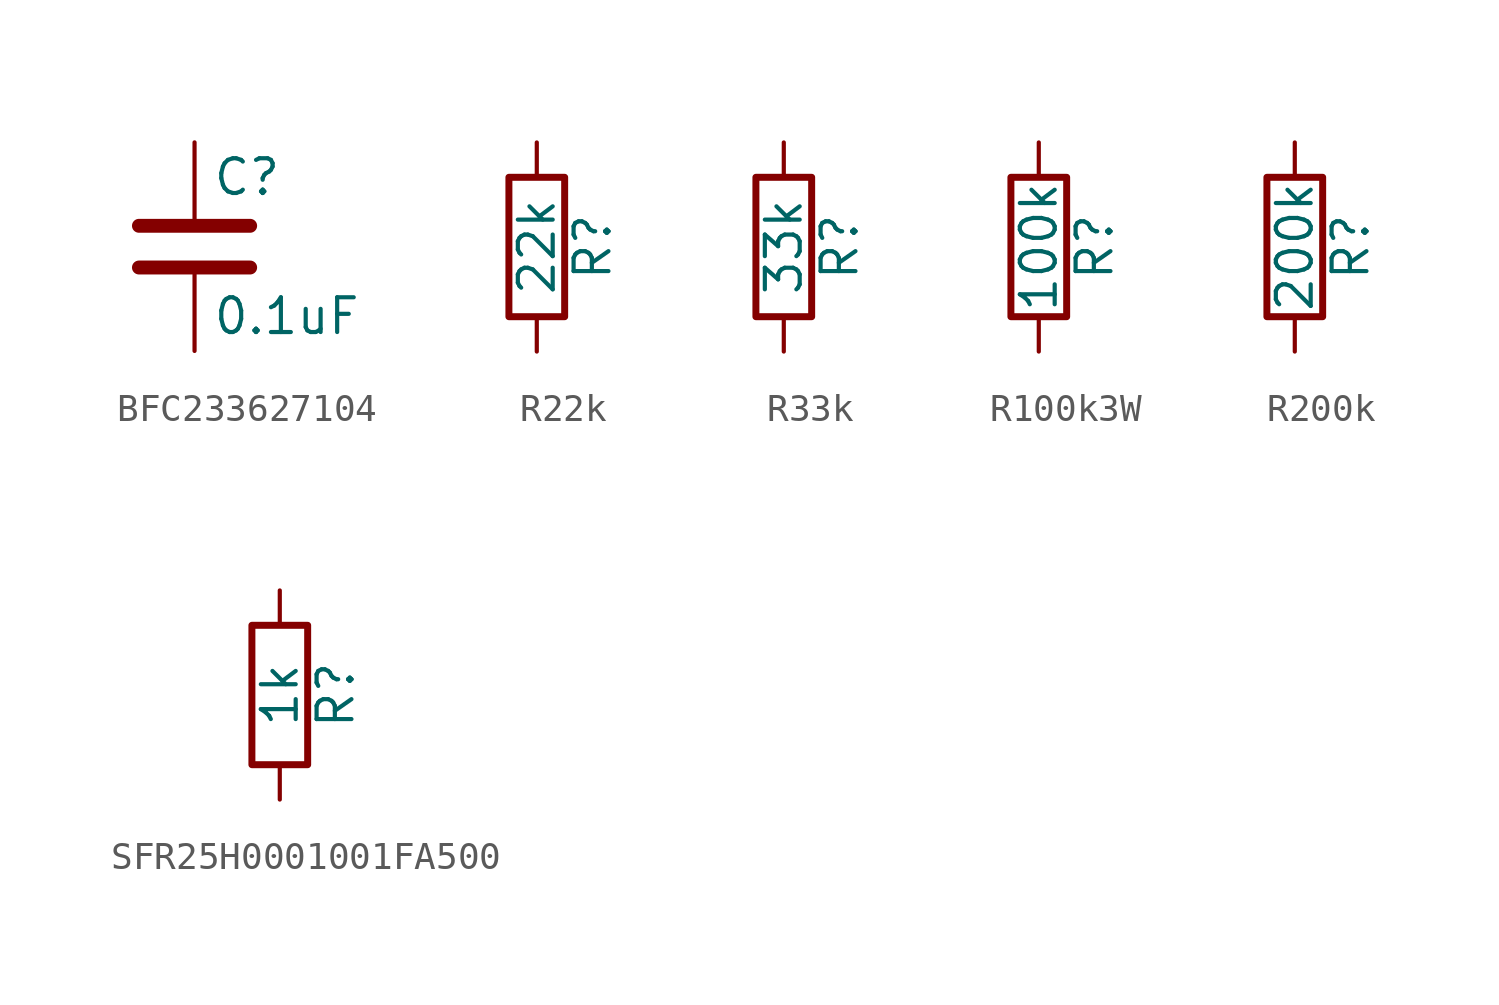
<source format=kicad_sym>
(kicad_symbol_lib
  (version 20241209)
  (generator "kicad_symbol_editor")
  (generator_version "9.0")
  (symbol "BFC233627104"
    (pin_numbers
      (hide yes))
    (pin_names
      (offset 0.254))
    (property "Reference" "C"
      (at 0.635 2.54 0)
      (effects (font (size 1.27 1.27)) (justify left)))
    (property "Value" "0.1uF"
      (at 0.635 -2.54 0)
      (effects (font (size 1.27 1.27)) (justify left)))
    (symbol "BFC233627104_0_1"
      (polyline (pts (xy -2.032 0.762) (xy 2.032 0.762)) (stroke (width 0.508) (type default)) (fill (type none)))
      (polyline (pts (xy -2.032 -0.762) (xy 2.032 -0.762)) (stroke (width 0.508) (type default)) (fill (type none))))
    (symbol "BFC233627104_1_1"
      (pin passive line (at 0 3.81 270) (length 2.794) (name "~" (effects (font (size 1.27 1.27)))) (number "1" (effects (font (size 1.27 1.27)))))
      (pin passive line (at 0 -3.81 90) (length 2.794) (name "~" (effects (font (size 1.27 1.27)))) (number "2" (effects (font (size 1.27 1.27)))))))
  (symbol "R22k"
    (pin_numbers
      (hide yes))
    (pin_names
      (offset 0))
    (property "Reference" "R"
      (at 2.032 0 90)
      (effects (font (size 1.27 1.27))))
    (property "Value" "22k"
      (at 0 0 90)
      (effects (font (size 1.27 1.27))))
    (symbol "R22k_0_1"
      (rectangle (start -1.016 -2.54) (end 1.016 2.54) (stroke (width 0.254) (type default)) (fill (type none))))
    (symbol "R22k_1_1"
      (pin passive line (at 0 3.81 270) (length 1.27) (name "~" (effects (font (size 1.27 1.27)))) (number "1" (effects (font (size 1.27 1.27)))))
      (pin passive line (at 0 -3.81 90) (length 1.27) (name "~" (effects (font (size 1.27 1.27)))) (number "2" (effects (font (size 1.27 1.27)))))))
  (symbol "R33k"
    (pin_numbers
      (hide yes))
    (pin_names
      (offset 0))
    (property "Reference" "R"
      (at 2.032 0 90)
      (effects (font (size 1.27 1.27))))
    (property "Value" "33k"
      (at 0 0 90)
      (effects (font (size 1.27 1.27))))
    (symbol "R33k_0_1"
      (rectangle (start -1.016 -2.54) (end 1.016 2.54) (stroke (width 0.254) (type default)) (fill (type none))))
    (symbol "R33k_1_1"
      (pin passive line (at 0 3.81 270) (length 1.27) (name "~" (effects (font (size 1.27 1.27)))) (number "1" (effects (font (size 1.27 1.27)))))
      (pin passive line (at 0 -3.81 90) (length 1.27) (name "~" (effects (font (size 1.27 1.27)))) (number "2" (effects (font (size 1.27 1.27)))))))
  (symbol "R100k3W"
    (pin_numbers
      (hide yes))
    (pin_names
      (offset 0))
    (property "Reference" "R"
      (at 2.032 0 90)
      (effects (font (size 1.27 1.27))))
    (property "Value" "100k"
      (at 0 0 90)
      (effects (font (size 1.27 1.27))))
    (symbol "R100k3W_0_1"
      (rectangle (start -1.016 -2.54) (end 1.016 2.54) (stroke (width 0.254) (type default)) (fill (type none))))
    (symbol "R100k3W_1_1"
      (pin passive line (at 0 3.81 270) (length 1.27) (name "~" (effects (font (size 1.27 1.27)))) (number "1" (effects (font (size 1.27 1.27)))))
      (pin passive line (at 0 -3.81 90) (length 1.27) (name "~" (effects (font (size 1.27 1.27)))) (number "2" (effects (font (size 1.27 1.27)))))))
  (symbol "R200k"
    (pin_numbers
      (hide yes))
    (pin_names
      (offset 0))
    (property "Reference" "R"
      (at 2.032 0 90)
      (effects (font (size 1.27 1.27))))
    (property "Value" "200k"
      (at 0 0 90)
      (effects (font (size 1.27 1.27))))
    (symbol "R200k_0_1"
      (rectangle (start -1.016 -2.54) (end 1.016 2.54) (stroke (width 0.254) (type default)) (fill (type none))))
    (symbol "R200k_1_1"
      (pin passive line (at 0 3.81 270) (length 1.27) (name "~" (effects (font (size 1.27 1.27)))) (number "1" (effects (font (size 1.27 1.27)))))
      (pin passive line (at 0 -3.81 90) (length 1.27) (name "~" (effects (font (size 1.27 1.27)))) (number "2" (effects (font (size 1.27 1.27)))))))
  (symbol "SFR25H0001001FA500"
    (pin_numbers
      (hide yes))
    (pin_names
      (offset 0))
    (property "Reference" "R"
      (at 2.032 0 90)
      (effects (font (size 1.27 1.27))))
    (property "Value" "1k"
      (at 0 0 90)
      (effects (font (size 1.27 1.27))))
    (symbol "SFR25H0001001FA500_0_1"
      (rectangle (start -1.016 -2.54) (end 1.016 2.54) (stroke (width 0.254) (type default)) (fill (type none))))
    (symbol "SFR25H0001001FA500_1_1"
      (pin passive line (at 0 3.81 270) (length 1.27) (name "~" (effects (font (size 1.27 1.27)))) (number "1" (effects (font (size 1.27 1.27)))))
      (pin passive line (at 0 -3.81 90) (length 1.27) (name "~" (effects (font (size 1.27 1.27)))) (number "2" (effects (font (size 1.27 1.27))))))))
</source>
